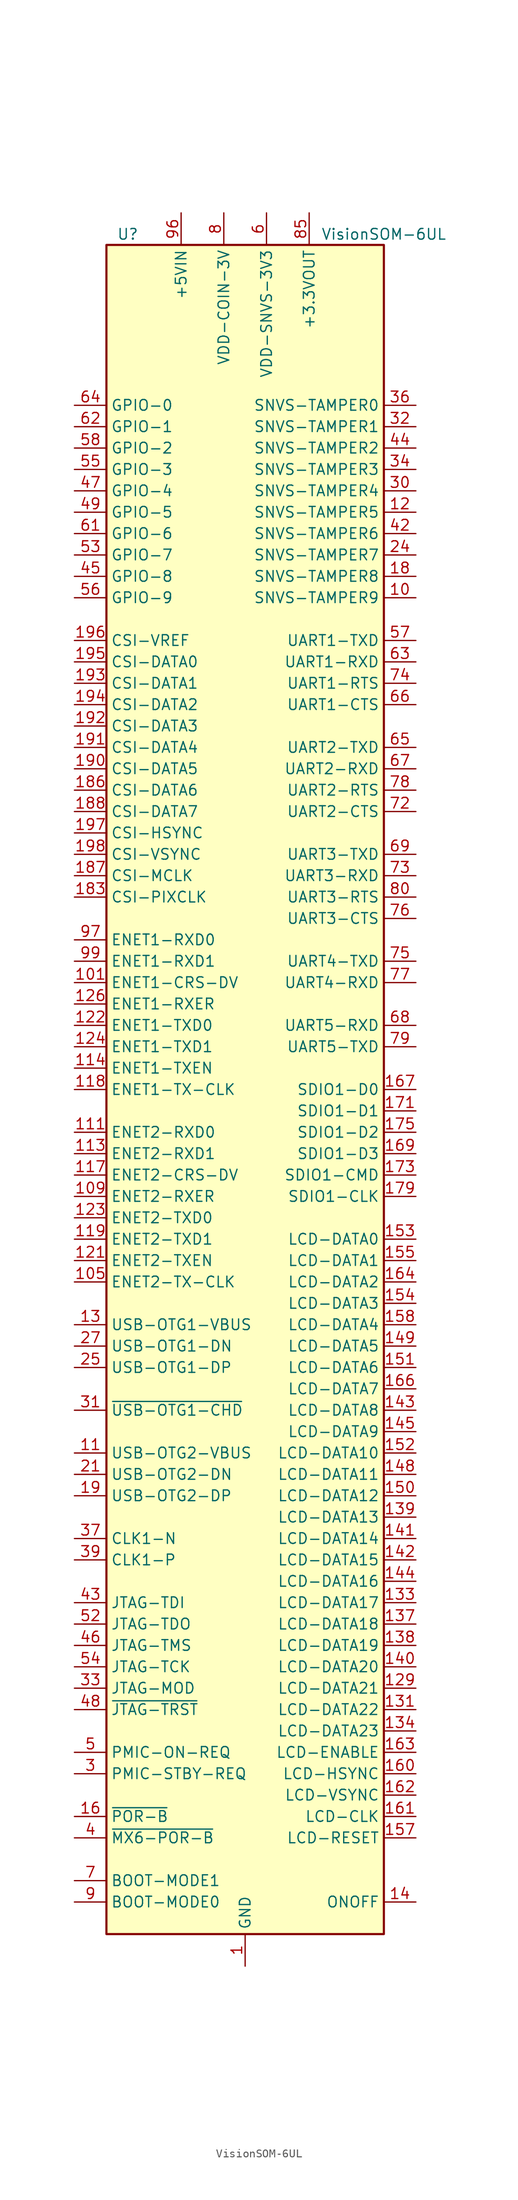
<source format=kicad_sym>
(kicad_symbol_lib
  (version 20241209)
  (generator "kicad_symbol_editor")
  (generator_version "9.0")
  (symbol "VisionSOM-6UL"
    (property "Reference" "U"
      (at -13.97 101.6 0)
      (effects (font (size 1.27 1.27))))
    (property "Value" "VisionSOM-6UL"
      (at 16.51 101.6 0)
      (effects (font (size 1.27 1.27))))
    (symbol "VisionSOM-6UL_0_1"
      (rectangle (start -16.51 100.33) (end 16.51 -100.33) (stroke (width 0.254) (type default)) (fill (type background))))
    (symbol "VisionSOM-6UL_1_1"
      (pin bidirectional line (at -20.32 81.28 0) (length 3.81) (name "GPIO-0" (effects (font (size 1.27 1.27)))) (number "64" (effects (font (size 1.27 1.27)))))
      (pin bidirectional line (at -20.32 78.74 0) (length 3.81) (name "GPIO-1" (effects (font (size 1.27 1.27)))) (number "62" (effects (font (size 1.27 1.27)))))
      (pin bidirectional line (at -20.32 76.2 0) (length 3.81) (name "GPIO-2" (effects (font (size 1.27 1.27)))) (number "58" (effects (font (size 1.27 1.27)))))
      (pin bidirectional line (at -20.32 73.66 0) (length 3.81) (name "GPIO-3" (effects (font (size 1.27 1.27)))) (number "55" (effects (font (size 1.27 1.27)))))
      (pin bidirectional line (at -20.32 71.12 0) (length 3.81) (name "GPIO-4" (effects (font (size 1.27 1.27)))) (number "47" (effects (font (size 1.27 1.27)))))
      (pin bidirectional line (at -20.32 68.58 0) (length 3.81) (name "GPIO-5" (effects (font (size 1.27 1.27)))) (number "49" (effects (font (size 1.27 1.27)))))
      (pin bidirectional line (at -20.32 66.04 0) (length 3.81) (name "GPIO-6" (effects (font (size 1.27 1.27)))) (number "61" (effects (font (size 1.27 1.27)))))
      (pin bidirectional line (at -20.32 63.5 0) (length 3.81) (name "GPIO-7" (effects (font (size 1.27 1.27)))) (number "53" (effects (font (size 1.27 1.27)))))
      (pin bidirectional line (at -20.32 60.96 0) (length 3.81) (name "GPIO-8" (effects (font (size 1.27 1.27)))) (number "45" (effects (font (size 1.27 1.27)))))
      (pin bidirectional line (at -20.32 58.42 0) (length 3.81) (name "GPIO-9" (effects (font (size 1.27 1.27)))) (number "56" (effects (font (size 1.27 1.27)))))
      (pin passive line (at -20.32 53.34 0) (length 3.81) (name "CSI-VREF" (effects (font (size 1.27 1.27)))) (number "196" (effects (font (size 1.27 1.27)))))
      (pin bidirectional line (at -20.32 50.8 0) (length 3.81) (name "CSI-DATA0" (effects (font (size 1.27 1.27)))) (number "195" (effects (font (size 1.27 1.27)))))
      (pin bidirectional line (at -20.32 48.26 0) (length 3.81) (name "CSI-DATA1" (effects (font (size 1.27 1.27)))) (number "193" (effects (font (size 1.27 1.27)))))
      (pin bidirectional line (at -20.32 45.72 0) (length 3.81) (name "CSI-DATA2" (effects (font (size 1.27 1.27)))) (number "194" (effects (font (size 1.27 1.27)))))
      (pin bidirectional line (at -20.32 43.18 0) (length 3.81) (name "CSI-DATA3" (effects (font (size 1.27 1.27)))) (number "192" (effects (font (size 1.27 1.27)))))
      (pin bidirectional line (at -20.32 40.64 0) (length 3.81) (name "CSI-DATA4" (effects (font (size 1.27 1.27)))) (number "191" (effects (font (size 1.27 1.27)))))
      (pin bidirectional line (at -20.32 38.1 0) (length 3.81) (name "CSI-DATA5" (effects (font (size 1.27 1.27)))) (number "190" (effects (font (size 1.27 1.27)))))
      (pin bidirectional line (at -20.32 35.56 0) (length 3.81) (name "CSI-DATA6" (effects (font (size 1.27 1.27)))) (number "186" (effects (font (size 1.27 1.27)))))
      (pin bidirectional line (at -20.32 33.02 0) (length 3.81) (name "CSI-DATA7" (effects (font (size 1.27 1.27)))) (number "188" (effects (font (size 1.27 1.27)))))
      (pin bidirectional line (at -20.32 30.48 0) (length 3.81) (name "CSI-HSYNC" (effects (font (size 1.27 1.27)))) (number "197" (effects (font (size 1.27 1.27)))))
      (pin bidirectional line (at -20.32 27.94 0) (length 3.81) (name "CSI-VSYNC" (effects (font (size 1.27 1.27)))) (number "198" (effects (font (size 1.27 1.27)))))
      (pin bidirectional line (at -20.32 25.4 0) (length 3.81) (name "CSI-MCLK" (effects (font (size 1.27 1.27)))) (number "187" (effects (font (size 1.27 1.27)))))
      (pin bidirectional line (at -20.32 22.86 0) (length 3.81) (name "CSI-PIXCLK" (effects (font (size 1.27 1.27)))) (number "183" (effects (font (size 1.27 1.27)))))
      (pin bidirectional line (at -20.32 17.78 0) (length 3.81) (name "ENET1-RXD0" (effects (font (size 1.27 1.27)))) (number "97" (effects (font (size 1.27 1.27)))))
      (pin bidirectional line (at -20.32 15.24 0) (length 3.81) (name "ENET1-RXD1" (effects (font (size 1.27 1.27)))) (number "99" (effects (font (size 1.27 1.27)))))
      (pin bidirectional line (at -20.32 12.7 0) (length 3.81) (name "ENET1-CRS-DV" (effects (font (size 1.27 1.27)))) (number "101" (effects (font (size 1.27 1.27)))))
      (pin bidirectional line (at -20.32 10.16 0) (length 3.81) (name "ENET1-RXER" (effects (font (size 1.27 1.27)))) (number "126" (effects (font (size 1.27 1.27)))))
      (pin bidirectional line (at -20.32 7.62 0) (length 3.81) (name "ENET1-TXD0" (effects (font (size 1.27 1.27)))) (number "122" (effects (font (size 1.27 1.27)))))
      (pin bidirectional line (at -20.32 5.08 0) (length 3.81) (name "ENET1-TXD1" (effects (font (size 1.27 1.27)))) (number "124" (effects (font (size 1.27 1.27)))))
      (pin bidirectional line (at -20.32 2.54 0) (length 3.81) (name "ENET1-TXEN" (effects (font (size 1.27 1.27)))) (number "114" (effects (font (size 1.27 1.27)))))
      (pin bidirectional line (at -20.32 0 0) (length 3.81) (name "ENET1-TX-CLK" (effects (font (size 1.27 1.27)))) (number "118" (effects (font (size 1.27 1.27)))))
      (pin bidirectional line (at -20.32 -5.08 0) (length 3.81) (name "ENET2-RXD0" (effects (font (size 1.27 1.27)))) (number "111" (effects (font (size 1.27 1.27)))))
      (pin bidirectional line (at -20.32 -7.62 0) (length 3.81) (name "ENET2-RXD1" (effects (font (size 1.27 1.27)))) (number "113" (effects (font (size 1.27 1.27)))))
      (pin bidirectional line (at -20.32 -10.16 0) (length 3.81) (name "ENET2-CRS-DV" (effects (font (size 1.27 1.27)))) (number "117" (effects (font (size 1.27 1.27)))))
      (pin bidirectional line (at -20.32 -12.7 0) (length 3.81) (name "ENET2-RXER" (effects (font (size 1.27 1.27)))) (number "109" (effects (font (size 1.27 1.27)))))
      (pin bidirectional line (at -20.32 -15.24 0) (length 3.81) (name "ENET2-TXD0" (effects (font (size 1.27 1.27)))) (number "123" (effects (font (size 1.27 1.27)))))
      (pin bidirectional line (at -20.32 -17.78 0) (length 3.81) (name "ENET2-TXD1" (effects (font (size 1.27 1.27)))) (number "119" (effects (font (size 1.27 1.27)))))
      (pin bidirectional line (at -20.32 -20.32 0) (length 3.81) (name "ENET2-TXEN" (effects (font (size 1.27 1.27)))) (number "121" (effects (font (size 1.27 1.27)))))
      (pin bidirectional line (at -20.32 -22.86 0) (length 3.81) (name "ENET2-TX-CLK" (effects (font (size 1.27 1.27)))) (number "105" (effects (font (size 1.27 1.27)))))
      (pin input line (at -20.32 -27.94 0) (length 3.81) (name "USB-OTG1-VBUS" (effects (font (size 1.27 1.27)))) (number "13" (effects (font (size 1.27 1.27)))))
      (pin bidirectional line (at -20.32 -30.48 0) (length 3.81) (name "USB-OTG1-DN" (effects (font (size 1.27 1.27)))) (number "27" (effects (font (size 1.27 1.27)))))
      (pin bidirectional line (at -20.32 -33.02 0) (length 3.81) (name "USB-OTG1-DP" (effects (font (size 1.27 1.27)))) (number "25" (effects (font (size 1.27 1.27)))))
      (pin open_collector line (at -20.32 -38.1 0) (length 3.81) (name "~{USB-OTG1-CHD}" (effects (font (size 1.27 1.27)))) (number "31" (effects (font (size 1.27 1.27)))))
      (pin input line (at -20.32 -43.18 0) (length 3.81) (name "USB-OTG2-VBUS" (effects (font (size 1.27 1.27)))) (number "11" (effects (font (size 1.27 1.27)))))
      (pin bidirectional line (at -20.32 -45.72 0) (length 3.81) (name "USB-OTG2-DN" (effects (font (size 1.27 1.27)))) (number "21" (effects (font (size 1.27 1.27)))))
      (pin bidirectional line (at -20.32 -48.26 0) (length 3.81) (name "USB-OTG2-DP" (effects (font (size 1.27 1.27)))) (number "19" (effects (font (size 1.27 1.27)))))
      (pin bidirectional line (at -20.32 -53.34 0) (length 3.81) (name "CLK1-N" (effects (font (size 1.27 1.27)))) (number "37" (effects (font (size 1.27 1.27)))))
      (pin bidirectional line (at -20.32 -55.88 0) (length 3.81) (name "CLK1-P" (effects (font (size 1.27 1.27)))) (number "39" (effects (font (size 1.27 1.27)))))
      (pin bidirectional line (at -20.32 -60.96 0) (length 3.81) (name "JTAG-TDI" (effects (font (size 1.27 1.27)))) (number "43" (effects (font (size 1.27 1.27)))))
      (pin bidirectional line (at -20.32 -63.5 0) (length 3.81) (name "JTAG-TDO" (effects (font (size 1.27 1.27)))) (number "52" (effects (font (size 1.27 1.27)))))
      (pin bidirectional line (at -20.32 -66.04 0) (length 3.81) (name "JTAG-TMS" (effects (font (size 1.27 1.27)))) (number "46" (effects (font (size 1.27 1.27)))))
      (pin bidirectional line (at -20.32 -68.58 0) (length 3.81) (name "JTAG-TCK" (effects (font (size 1.27 1.27)))) (number "54" (effects (font (size 1.27 1.27)))))
      (pin bidirectional line (at -20.32 -71.12 0) (length 3.81) (name "JTAG-MOD" (effects (font (size 1.27 1.27)))) (number "33" (effects (font (size 1.27 1.27)))))
      (pin bidirectional line (at -20.32 -73.66 0) (length 3.81) (name "~{JTAG-TRST}" (effects (font (size 1.27 1.27)))) (number "48" (effects (font (size 1.27 1.27)))))
      (pin output line (at -20.32 -78.74 0) (length 3.81) (name "PMIC-ON-REQ" (effects (font (size 1.27 1.27)))) (number "5" (effects (font (size 1.27 1.27)))))
      (pin output line (at -20.32 -81.28 0) (length 3.81) (name "PMIC-STBY-REQ" (effects (font (size 1.27 1.27)))) (number "3" (effects (font (size 1.27 1.27)))))
      (pin input line (at -20.32 -86.36 0) (length 3.81) (name "~{POR-B}" (effects (font (size 1.27 1.27)))) (number "16" (effects (font (size 1.27 1.27)))))
      (pin input line (at -20.32 -88.9 0) (length 3.81) (name "~{MX6-POR-B}" (effects (font (size 1.27 1.27)))) (number "4" (effects (font (size 1.27 1.27)))))
      (pin input line (at -20.32 -93.98 0) (length 3.81) (name "BOOT-MODE1" (effects (font (size 1.27 1.27)))) (number "7" (effects (font (size 1.27 1.27)))))
      (pin input line (at -20.32 -96.52 0) (length 3.81) (name "BOOT-MODE0" (effects (font (size 1.27 1.27)))) (number "9" (effects (font (size 1.27 1.27)))))
      (pin no_connect line (at -15.24 -76.2 0) (length 2.54) (hide yes) (name "NC" (effects (font (size 1.27 1.27)))) (number "86" (effects (font (size 1.27 1.27)))))
      (pin no_connect line (at -15.24 -83.82 0) (length 2.54) (hide yes) (name "NC" (effects (font (size 1.27 1.27)))) (number "94" (effects (font (size 1.27 1.27)))))
      (pin no_connect line (at -15.24 -91.44 0) (length 2.54) (hide yes) (name "NC" (effects (font (size 1.27 1.27)))) (number "95" (effects (font (size 1.27 1.27)))))
      (pin passive line (at -7.62 104.14 270) (length 3.81) (hide yes) (name "+5VIN" (effects (font (size 1.27 1.27)))) (number "100" (effects (font (size 1.27 1.27)))))
      (pin passive line (at -7.62 104.14 270) (length 3.81) (hide yes) (name "+5VIN" (effects (font (size 1.27 1.27)))) (number "102" (effects (font (size 1.27 1.27)))))
      (pin passive line (at -7.62 104.14 270) (length 3.81) (hide yes) (name "+5VIN" (effects (font (size 1.27 1.27)))) (number "104" (effects (font (size 1.27 1.27)))))
      (pin passive line (at -7.62 104.14 270) (length 3.81) (hide yes) (name "+5VIN" (effects (font (size 1.27 1.27)))) (number "106" (effects (font (size 1.27 1.27)))))
      (pin passive line (at -7.62 104.14 270) (length 3.81) (hide yes) (name "+5VIN" (effects (font (size 1.27 1.27)))) (number "108" (effects (font (size 1.27 1.27)))))
      (pin passive line (at -7.62 104.14 270) (length 3.81) (hide yes) (name "+5VIN" (effects (font (size 1.27 1.27)))) (number "110" (effects (font (size 1.27 1.27)))))
      (pin passive line (at -7.62 104.14 270) (length 3.81) (hide yes) (name "+5VIN" (effects (font (size 1.27 1.27)))) (number "112" (effects (font (size 1.27 1.27)))))
      (pin power_in line (at -7.62 104.14 270) (length 3.81) (name "+5VIN" (effects (font (size 1.27 1.27)))) (number "96" (effects (font (size 1.27 1.27)))))
      (pin passive line (at -7.62 104.14 270) (length 3.81) (hide yes) (name "+5VIN" (effects (font (size 1.27 1.27)))) (number "98" (effects (font (size 1.27 1.27)))))
      (pin power_in line (at -2.54 104.14 270) (length 3.81) (name "VDD-COIN-3V" (effects (font (size 1.27 1.27)))) (number "8" (effects (font (size 1.27 1.27)))))
      (pin power_in line (at 0 -104.14 90) (length 3.81) (name "GND" (effects (font (size 1.27 1.27)))) (number "1" (effects (font (size 1.27 1.27)))))
      (pin passive line (at 0 -104.14 90) (length 3.81) (hide yes) (name "GND" (effects (font (size 1.27 1.27)))) (number "103" (effects (font (size 1.27 1.27)))))
      (pin passive line (at 0 -104.14 90) (length 3.81) (hide yes) (name "GND" (effects (font (size 1.27 1.27)))) (number "107" (effects (font (size 1.27 1.27)))))
      (pin passive line (at 0 -104.14 90) (length 3.81) (hide yes) (name "GND" (effects (font (size 1.27 1.27)))) (number "115" (effects (font (size 1.27 1.27)))))
      (pin passive line (at 0 -104.14 90) (length 3.81) (hide yes) (name "GND" (effects (font (size 1.27 1.27)))) (number "116" (effects (font (size 1.27 1.27)))))
      (pin passive line (at 0 -104.14 90) (length 3.81) (hide yes) (name "GND" (effects (font (size 1.27 1.27)))) (number "120" (effects (font (size 1.27 1.27)))))
      (pin passive line (at 0 -104.14 90) (length 3.81) (hide yes) (name "GND" (effects (font (size 1.27 1.27)))) (number "125" (effects (font (size 1.27 1.27)))))
      (pin passive line (at 0 -104.14 90) (length 3.81) (hide yes) (name "GND" (effects (font (size 1.27 1.27)))) (number "127" (effects (font (size 1.27 1.27)))))
      (pin passive line (at 0 -104.14 90) (length 3.81) (hide yes) (name "GND" (effects (font (size 1.27 1.27)))) (number "128" (effects (font (size 1.27 1.27)))))
      (pin passive line (at 0 -104.14 90) (length 3.81) (hide yes) (name "GND" (effects (font (size 1.27 1.27)))) (number "130" (effects (font (size 1.27 1.27)))))
      (pin passive line (at 0 -104.14 90) (length 3.81) (hide yes) (name "GND" (effects (font (size 1.27 1.27)))) (number "132" (effects (font (size 1.27 1.27)))))
      (pin passive line (at 0 -104.14 90) (length 3.81) (hide yes) (name "GND" (effects (font (size 1.27 1.27)))) (number "135" (effects (font (size 1.27 1.27)))))
      (pin passive line (at 0 -104.14 90) (length 3.81) (hide yes) (name "GND" (effects (font (size 1.27 1.27)))) (number "136" (effects (font (size 1.27 1.27)))))
      (pin passive line (at 0 -104.14 90) (length 3.81) (hide yes) (name "GND" (effects (font (size 1.27 1.27)))) (number "146" (effects (font (size 1.27 1.27)))))
      (pin passive line (at 0 -104.14 90) (length 3.81) (hide yes) (name "GND" (effects (font (size 1.27 1.27)))) (number "147" (effects (font (size 1.27 1.27)))))
      (pin passive line (at 0 -104.14 90) (length 3.81) (hide yes) (name "GND" (effects (font (size 1.27 1.27)))) (number "15" (effects (font (size 1.27 1.27)))))
      (pin passive line (at 0 -104.14 90) (length 3.81) (hide yes) (name "GND" (effects (font (size 1.27 1.27)))) (number "156" (effects (font (size 1.27 1.27)))))
      (pin passive line (at 0 -104.14 90) (length 3.81) (hide yes) (name "GND" (effects (font (size 1.27 1.27)))) (number "159" (effects (font (size 1.27 1.27)))))
      (pin passive line (at 0 -104.14 90) (length 3.81) (hide yes) (name "GND" (effects (font (size 1.27 1.27)))) (number "165" (effects (font (size 1.27 1.27)))))
      (pin passive line (at 0 -104.14 90) (length 3.81) (hide yes) (name "GND" (effects (font (size 1.27 1.27)))) (number "168" (effects (font (size 1.27 1.27)))))
      (pin passive line (at 0 -104.14 90) (length 3.81) (hide yes) (name "GND" (effects (font (size 1.27 1.27)))) (number "17" (effects (font (size 1.27 1.27)))))
      (pin passive line (at 0 -104.14 90) (length 3.81) (hide yes) (name "GND" (effects (font (size 1.27 1.27)))) (number "170" (effects (font (size 1.27 1.27)))))
      (pin passive line (at 0 -104.14 90) (length 3.81) (hide yes) (name "GND" (effects (font (size 1.27 1.27)))) (number "172" (effects (font (size 1.27 1.27)))))
      (pin passive line (at 0 -104.14 90) (length 3.81) (hide yes) (name "GND" (effects (font (size 1.27 1.27)))) (number "174" (effects (font (size 1.27 1.27)))))
      (pin passive line (at 0 -104.14 90) (length 3.81) (hide yes) (name "GND" (effects (font (size 1.27 1.27)))) (number "176" (effects (font (size 1.27 1.27)))))
      (pin passive line (at 0 -104.14 90) (length 3.81) (hide yes) (name "GND" (effects (font (size 1.27 1.27)))) (number "177" (effects (font (size 1.27 1.27)))))
      (pin passive line (at 0 -104.14 90) (length 3.81) (hide yes) (name "GND" (effects (font (size 1.27 1.27)))) (number "178" (effects (font (size 1.27 1.27)))))
      (pin passive line (at 0 -104.14 90) (length 3.81) (hide yes) (name "GND" (effects (font (size 1.27 1.27)))) (number "180" (effects (font (size 1.27 1.27)))))
      (pin passive line (at 0 -104.14 90) (length 3.81) (hide yes) (name "GND" (effects (font (size 1.27 1.27)))) (number "181" (effects (font (size 1.27 1.27)))))
      (pin passive line (at 0 -104.14 90) (length 3.81) (hide yes) (name "GND" (effects (font (size 1.27 1.27)))) (number "182" (effects (font (size 1.27 1.27)))))
      (pin passive line (at 0 -104.14 90) (length 3.81) (hide yes) (name "GND" (effects (font (size 1.27 1.27)))) (number "184" (effects (font (size 1.27 1.27)))))
      (pin passive line (at 0 -104.14 90) (length 3.81) (hide yes) (name "GND" (effects (font (size 1.27 1.27)))) (number "185" (effects (font (size 1.27 1.27)))))
      (pin passive line (at 0 -104.14 90) (length 3.81) (hide yes) (name "GND" (effects (font (size 1.27 1.27)))) (number "189" (effects (font (size 1.27 1.27)))))
      (pin passive line (at 0 -104.14 90) (length 3.81) (hide yes) (name "GND" (effects (font (size 1.27 1.27)))) (number "199" (effects (font (size 1.27 1.27)))))
      (pin passive line (at 0 -104.14 90) (length 3.81) (hide yes) (name "GND" (effects (font (size 1.27 1.27)))) (number "2" (effects (font (size 1.27 1.27)))))
      (pin passive line (at 0 -104.14 90) (length 3.81) (hide yes) (name "GND" (effects (font (size 1.27 1.27)))) (number "20" (effects (font (size 1.27 1.27)))))
      (pin passive line (at 0 -104.14 90) (length 3.81) (hide yes) (name "GND" (effects (font (size 1.27 1.27)))) (number "200" (effects (font (size 1.27 1.27)))))
      (pin passive line (at 0 -104.14 90) (length 3.81) (hide yes) (name "GND" (effects (font (size 1.27 1.27)))) (number "22" (effects (font (size 1.27 1.27)))))
      (pin passive line (at 0 -104.14 90) (length 3.81) (hide yes) (name "GND" (effects (font (size 1.27 1.27)))) (number "23" (effects (font (size 1.27 1.27)))))
      (pin passive line (at 0 -104.14 90) (length 3.81) (hide yes) (name "GND" (effects (font (size 1.27 1.27)))) (number "26" (effects (font (size 1.27 1.27)))))
      (pin passive line (at 0 -104.14 90) (length 3.81) (hide yes) (name "GND" (effects (font (size 1.27 1.27)))) (number "28" (effects (font (size 1.27 1.27)))))
      (pin passive line (at 0 -104.14 90) (length 3.81) (hide yes) (name "GND" (effects (font (size 1.27 1.27)))) (number "29" (effects (font (size 1.27 1.27)))))
      (pin passive line (at 0 -104.14 90) (length 3.81) (hide yes) (name "GND" (effects (font (size 1.27 1.27)))) (number "35" (effects (font (size 1.27 1.27)))))
      (pin passive line (at 0 -104.14 90) (length 3.81) (hide yes) (name "GND" (effects (font (size 1.27 1.27)))) (number "38" (effects (font (size 1.27 1.27)))))
      (pin passive line (at 0 -104.14 90) (length 3.81) (hide yes) (name "GND" (effects (font (size 1.27 1.27)))) (number "40" (effects (font (size 1.27 1.27)))))
      (pin passive line (at 0 -104.14 90) (length 3.81) (hide yes) (name "GND" (effects (font (size 1.27 1.27)))) (number "41" (effects (font (size 1.27 1.27)))))
      (pin passive line (at 0 -104.14 90) (length 3.81) (hide yes) (name "GND" (effects (font (size 1.27 1.27)))) (number "50" (effects (font (size 1.27 1.27)))))
      (pin passive line (at 0 -104.14 90) (length 3.81) (hide yes) (name "GND" (effects (font (size 1.27 1.27)))) (number "51" (effects (font (size 1.27 1.27)))))
      (pin passive line (at 0 -104.14 90) (length 3.81) (hide yes) (name "GND" (effects (font (size 1.27 1.27)))) (number "59" (effects (font (size 1.27 1.27)))))
      (pin passive line (at 0 -104.14 90) (length 3.81) (hide yes) (name "GND" (effects (font (size 1.27 1.27)))) (number "60" (effects (font (size 1.27 1.27)))))
      (pin passive line (at 0 -104.14 90) (length 3.81) (hide yes) (name "GND" (effects (font (size 1.27 1.27)))) (number "70" (effects (font (size 1.27 1.27)))))
      (pin passive line (at 0 -104.14 90) (length 3.81) (hide yes) (name "GND" (effects (font (size 1.27 1.27)))) (number "71" (effects (font (size 1.27 1.27)))))
      (pin passive line (at 0 -104.14 90) (length 3.81) (hide yes) (name "GND" (effects (font (size 1.27 1.27)))) (number "81" (effects (font (size 1.27 1.27)))))
      (pin passive line (at 0 -104.14 90) (length 3.81) (hide yes) (name "GND" (effects (font (size 1.27 1.27)))) (number "82" (effects (font (size 1.27 1.27)))))
      (pin passive line (at 0 -104.14 90) (length 3.81) (hide yes) (name "GND" (effects (font (size 1.27 1.27)))) (number "84" (effects (font (size 1.27 1.27)))))
      (pin power_in line (at 2.54 104.14 270) (length 3.81) (name "VDD-SNVS-3V3" (effects (font (size 1.27 1.27)))) (number "6" (effects (font (size 1.27 1.27)))))
      (pin power_out line (at 7.62 104.14 270) (length 3.81) (name "+3.3VOUT" (effects (font (size 1.27 1.27)))) (number "85" (effects (font (size 1.27 1.27)))))
      (pin passive line (at 7.62 104.14 270) (length 3.81) (hide yes) (name "+3.3VOUT" (effects (font (size 1.27 1.27)))) (number "87" (effects (font (size 1.27 1.27)))))
      (pin passive line (at 7.62 104.14 270) (length 3.81) (hide yes) (name "+3.3VOUT" (effects (font (size 1.27 1.27)))) (number "88" (effects (font (size 1.27 1.27)))))
      (pin passive line (at 7.62 104.14 270) (length 3.81) (hide yes) (name "+3.3VOUT" (effects (font (size 1.27 1.27)))) (number "89" (effects (font (size 1.27 1.27)))))
      (pin passive line (at 7.62 104.14 270) (length 3.81) (hide yes) (name "+3.3VOUT" (effects (font (size 1.27 1.27)))) (number "90" (effects (font (size 1.27 1.27)))))
      (pin passive line (at 7.62 104.14 270) (length 3.81) (hide yes) (name "+3.3VOUT" (effects (font (size 1.27 1.27)))) (number "91" (effects (font (size 1.27 1.27)))))
      (pin passive line (at 7.62 104.14 270) (length 3.81) (hide yes) (name "+3.3VOUT" (effects (font (size 1.27 1.27)))) (number "92" (effects (font (size 1.27 1.27)))))
      (pin passive line (at 7.62 104.14 270) (length 3.81) (hide yes) (name "+3.3VOUT" (effects (font (size 1.27 1.27)))) (number "93" (effects (font (size 1.27 1.27)))))
      (pin no_connect line (at 15.24 -93.98 180) (length 3.81) (hide yes) (name "NC" (effects (font (size 1.27 1.27)))) (number "83" (effects (font (size 1.27 1.27)))))
      (pin bidirectional line (at 20.32 81.28 180) (length 3.81) (name "SNVS-TAMPER0" (effects (font (size 1.27 1.27)))) (number "36" (effects (font (size 1.27 1.27)))))
      (pin bidirectional line (at 20.32 78.74 180) (length 3.81) (name "SNVS-TAMPER1" (effects (font (size 1.27 1.27)))) (number "32" (effects (font (size 1.27 1.27)))))
      (pin bidirectional line (at 20.32 76.2 180) (length 3.81) (name "SNVS-TAMPER2" (effects (font (size 1.27 1.27)))) (number "44" (effects (font (size 1.27 1.27)))))
      (pin bidirectional line (at 20.32 73.66 180) (length 3.81) (name "SNVS-TAMPER3" (effects (font (size 1.27 1.27)))) (number "34" (effects (font (size 1.27 1.27)))))
      (pin bidirectional line (at 20.32 71.12 180) (length 3.81) (name "SNVS-TAMPER4" (effects (font (size 1.27 1.27)))) (number "30" (effects (font (size 1.27 1.27)))))
      (pin bidirectional line (at 20.32 68.58 180) (length 3.81) (name "SNVS-TAMPER5" (effects (font (size 1.27 1.27)))) (number "12" (effects (font (size 1.27 1.27)))))
      (pin bidirectional line (at 20.32 66.04 180) (length 3.81) (name "SNVS-TAMPER6" (effects (font (size 1.27 1.27)))) (number "42" (effects (font (size 1.27 1.27)))))
      (pin bidirectional line (at 20.32 63.5 180) (length 3.81) (name "SNVS-TAMPER7" (effects (font (size 1.27 1.27)))) (number "24" (effects (font (size 1.27 1.27)))))
      (pin bidirectional line (at 20.32 60.96 180) (length 3.81) (name "SNVS-TAMPER8" (effects (font (size 1.27 1.27)))) (number "18" (effects (font (size 1.27 1.27)))))
      (pin bidirectional line (at 20.32 58.42 180) (length 3.81) (name "SNVS-TAMPER9" (effects (font (size 1.27 1.27)))) (number "10" (effects (font (size 1.27 1.27)))))
      (pin bidirectional line (at 20.32 53.34 180) (length 3.81) (name "UART1-TXD" (effects (font (size 1.27 1.27)))) (number "57" (effects (font (size 1.27 1.27)))))
      (pin bidirectional line (at 20.32 50.8 180) (length 3.81) (name "UART1-RXD" (effects (font (size 1.27 1.27)))) (number "63" (effects (font (size 1.27 1.27)))))
      (pin bidirectional line (at 20.32 48.26 180) (length 3.81) (name "UART1-RTS" (effects (font (size 1.27 1.27)))) (number "74" (effects (font (size 1.27 1.27)))))
      (pin bidirectional line (at 20.32 45.72 180) (length 3.81) (name "UART1-CTS" (effects (font (size 1.27 1.27)))) (number "66" (effects (font (size 1.27 1.27)))))
      (pin bidirectional line (at 20.32 40.64 180) (length 3.81) (name "UART2-TXD" (effects (font (size 1.27 1.27)))) (number "65" (effects (font (size 1.27 1.27)))))
      (pin bidirectional line (at 20.32 38.1 180) (length 3.81) (name "UART2-RXD" (effects (font (size 1.27 1.27)))) (number "67" (effects (font (size 1.27 1.27)))))
      (pin bidirectional line (at 20.32 35.56 180) (length 3.81) (name "UART2-RTS" (effects (font (size 1.27 1.27)))) (number "78" (effects (font (size 1.27 1.27)))))
      (pin bidirectional line (at 20.32 33.02 180) (length 3.81) (name "UART2-CTS" (effects (font (size 1.27 1.27)))) (number "72" (effects (font (size 1.27 1.27)))))
      (pin bidirectional line (at 20.32 27.94 180) (length 3.81) (name "UART3-TXD" (effects (font (size 1.27 1.27)))) (number "69" (effects (font (size 1.27 1.27)))))
      (pin bidirectional line (at 20.32 25.4 180) (length 3.81) (name "UART3-RXD" (effects (font (size 1.27 1.27)))) (number "73" (effects (font (size 1.27 1.27)))))
      (pin bidirectional line (at 20.32 22.86 180) (length 3.81) (name "UART3-RTS" (effects (font (size 1.27 1.27)))) (number "80" (effects (font (size 1.27 1.27)))))
      (pin bidirectional line (at 20.32 20.32 180) (length 3.81) (name "UART3-CTS" (effects (font (size 1.27 1.27)))) (number "76" (effects (font (size 1.27 1.27)))))
      (pin bidirectional line (at 20.32 15.24 180) (length 3.81) (name "UART4-TXD" (effects (font (size 1.27 1.27)))) (number "75" (effects (font (size 1.27 1.27)))))
      (pin bidirectional line (at 20.32 12.7 180) (length 3.81) (name "UART4-RXD" (effects (font (size 1.27 1.27)))) (number "77" (effects (font (size 1.27 1.27)))))
      (pin bidirectional line (at 20.32 7.62 180) (length 3.81) (name "UART5-RXD" (effects (font (size 1.27 1.27)))) (number "68" (effects (font (size 1.27 1.27)))))
      (pin bidirectional line (at 20.32 5.08 180) (length 3.81) (name "UART5-TXD" (effects (font (size 1.27 1.27)))) (number "79" (effects (font (size 1.27 1.27)))))
      (pin bidirectional line (at 20.32 0 180) (length 3.81) (name "SDIO1-D0" (effects (font (size 1.27 1.27)))) (number "167" (effects (font (size 1.27 1.27)))))
      (pin bidirectional line (at 20.32 -2.54 180) (length 3.81) (name "SDIO1-D1" (effects (font (size 1.27 1.27)))) (number "171" (effects (font (size 1.27 1.27)))))
      (pin bidirectional line (at 20.32 -5.08 180) (length 3.81) (name "SDIO1-D2" (effects (font (size 1.27 1.27)))) (number "175" (effects (font (size 1.27 1.27)))))
      (pin bidirectional line (at 20.32 -7.62 180) (length 3.81) (name "SDIO1-D3" (effects (font (size 1.27 1.27)))) (number "169" (effects (font (size 1.27 1.27)))))
      (pin bidirectional line (at 20.32 -10.16 180) (length 3.81) (name "SDIO1-CMD" (effects (font (size 1.27 1.27)))) (number "173" (effects (font (size 1.27 1.27)))))
      (pin bidirectional line (at 20.32 -12.7 180) (length 3.81) (name "SDIO1-CLK" (effects (font (size 1.27 1.27)))) (number "179" (effects (font (size 1.27 1.27)))))
      (pin bidirectional line (at 20.32 -17.78 180) (length 3.81) (name "LCD-DATA0" (effects (font (size 1.27 1.27)))) (number "153" (effects (font (size 1.27 1.27)))))
      (pin bidirectional line (at 20.32 -20.32 180) (length 3.81) (name "LCD-DATA1" (effects (font (size 1.27 1.27)))) (number "155" (effects (font (size 1.27 1.27)))))
      (pin bidirectional line (at 20.32 -22.86 180) (length 3.81) (name "LCD-DATA2" (effects (font (size 1.27 1.27)))) (number "164" (effects (font (size 1.27 1.27)))))
      (pin bidirectional line (at 20.32 -25.4 180) (length 3.81) (name "LCD-DATA3" (effects (font (size 1.27 1.27)))) (number "154" (effects (font (size 1.27 1.27)))))
      (pin bidirectional line (at 20.32 -27.94 180) (length 3.81) (name "LCD-DATA4" (effects (font (size 1.27 1.27)))) (number "158" (effects (font (size 1.27 1.27)))))
      (pin bidirectional line (at 20.32 -30.48 180) (length 3.81) (name "LCD-DATA5" (effects (font (size 1.27 1.27)))) (number "149" (effects (font (size 1.27 1.27)))))
      (pin bidirectional line (at 20.32 -33.02 180) (length 3.81) (name "LCD-DATA6" (effects (font (size 1.27 1.27)))) (number "151" (effects (font (size 1.27 1.27)))))
      (pin bidirectional line (at 20.32 -35.56 180) (length 3.81) (name "LCD-DATA7" (effects (font (size 1.27 1.27)))) (number "166" (effects (font (size 1.27 1.27)))))
      (pin bidirectional line (at 20.32 -38.1 180) (length 3.81) (name "LCD-DATA8" (effects (font (size 1.27 1.27)))) (number "143" (effects (font (size 1.27 1.27)))))
      (pin bidirectional line (at 20.32 -40.64 180) (length 3.81) (name "LCD-DATA9" (effects (font (size 1.27 1.27)))) (number "145" (effects (font (size 1.27 1.27)))))
      (pin bidirectional line (at 20.32 -43.18 180) (length 3.81) (name "LCD-DATA10" (effects (font (size 1.27 1.27)))) (number "152" (effects (font (size 1.27 1.27)))))
      (pin bidirectional line (at 20.32 -45.72 180) (length 3.81) (name "LCD-DATA11" (effects (font (size 1.27 1.27)))) (number "148" (effects (font (size 1.27 1.27)))))
      (pin bidirectional line (at 20.32 -48.26 180) (length 3.81) (name "LCD-DATA12" (effects (font (size 1.27 1.27)))) (number "150" (effects (font (size 1.27 1.27)))))
      (pin bidirectional line (at 20.32 -50.8 180) (length 3.81) (name "LCD-DATA13" (effects (font (size 1.27 1.27)))) (number "139" (effects (font (size 1.27 1.27)))))
      (pin bidirectional line (at 20.32 -53.34 180) (length 3.81) (name "LCD-DATA14" (effects (font (size 1.27 1.27)))) (number "141" (effects (font (size 1.27 1.27)))))
      (pin bidirectional line (at 20.32 -55.88 180) (length 3.81) (name "LCD-DATA15" (effects (font (size 1.27 1.27)))) (number "142" (effects (font (size 1.27 1.27)))))
      (pin bidirectional line (at 20.32 -58.42 180) (length 3.81) (name "LCD-DATA16" (effects (font (size 1.27 1.27)))) (number "144" (effects (font (size 1.27 1.27)))))
      (pin bidirectional line (at 20.32 -60.96 180) (length 3.81) (name "LCD-DATA17" (effects (font (size 1.27 1.27)))) (number "133" (effects (font (size 1.27 1.27)))))
      (pin bidirectional line (at 20.32 -63.5 180) (length 3.81) (name "LCD-DATA18" (effects (font (size 1.27 1.27)))) (number "137" (effects (font (size 1.27 1.27)))))
      (pin bidirectional line (at 20.32 -66.04 180) (length 3.81) (name "LCD-DATA19" (effects (font (size 1.27 1.27)))) (number "138" (effects (font (size 1.27 1.27)))))
      (pin bidirectional line (at 20.32 -68.58 180) (length 3.81) (name "LCD-DATA20" (effects (font (size 1.27 1.27)))) (number "140" (effects (font (size 1.27 1.27)))))
      (pin bidirectional line (at 20.32 -71.12 180) (length 3.81) (name "LCD-DATA21" (effects (font (size 1.27 1.27)))) (number "129" (effects (font (size 1.27 1.27)))))
      (pin bidirectional line (at 20.32 -73.66 180) (length 3.81) (name "LCD-DATA22" (effects (font (size 1.27 1.27)))) (number "131" (effects (font (size 1.27 1.27)))))
      (pin bidirectional line (at 20.32 -76.2 180) (length 3.81) (name "LCD-DATA23" (effects (font (size 1.27 1.27)))) (number "134" (effects (font (size 1.27 1.27)))))
      (pin bidirectional line (at 20.32 -78.74 180) (length 3.81) (name "LCD-ENABLE" (effects (font (size 1.27 1.27)))) (number "163" (effects (font (size 1.27 1.27)))))
      (pin bidirectional line (at 20.32 -81.28 180) (length 3.81) (name "LCD-HSYNC" (effects (font (size 1.27 1.27)))) (number "160" (effects (font (size 1.27 1.27)))))
      (pin bidirectional line (at 20.32 -83.82 180) (length 3.81) (name "LCD-VSYNC" (effects (font (size 1.27 1.27)))) (number "162" (effects (font (size 1.27 1.27)))))
      (pin bidirectional line (at 20.32 -86.36 180) (length 3.81) (name "LCD-CLK" (effects (font (size 1.27 1.27)))) (number "161" (effects (font (size 1.27 1.27)))))
      (pin bidirectional line (at 20.32 -88.9 180) (length 3.81) (name "LCD-RESET" (effects (font (size 1.27 1.27)))) (number "157" (effects (font (size 1.27 1.27)))))
      (pin input line (at 20.32 -96.52 180) (length 3.81) (name "ONOFF" (effects (font (size 1.27 1.27)))) (number "14" (effects (font (size 1.27 1.27))))))))
</source>
